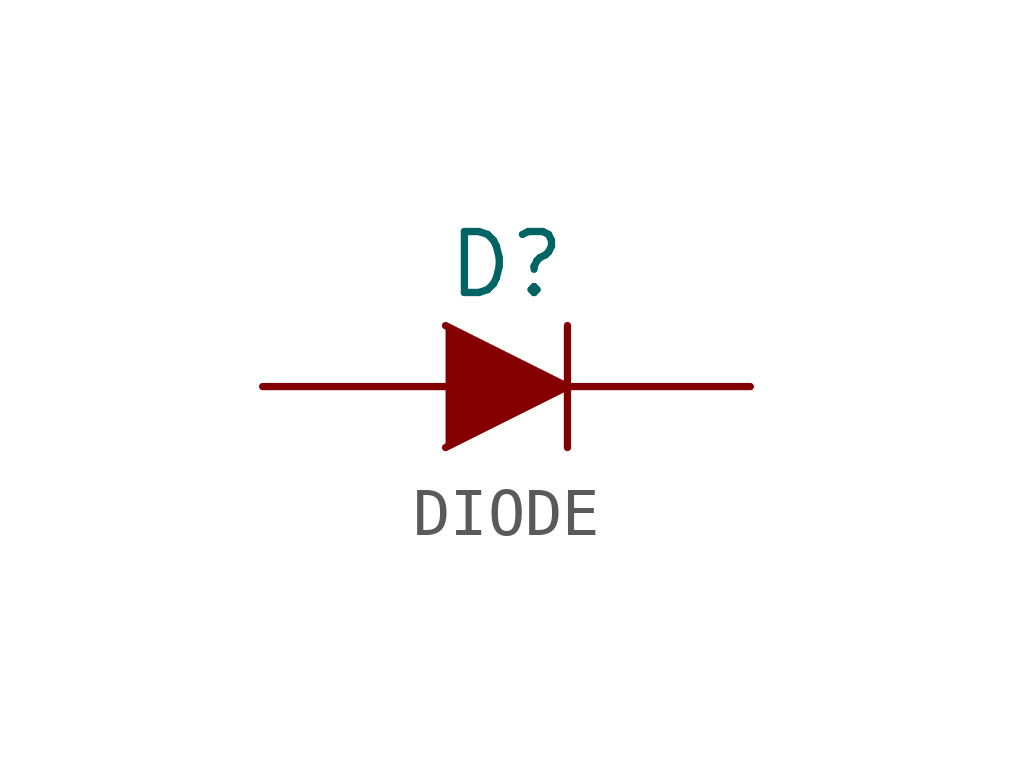
<source format=kicad_sym>
(kicad_symbol_lib
  (version 20211014)
  (generator kicad_symbol_editor)
  (symbol "DIODE"
    (pin_numbers hide)
    (pin_names
      (offset 1.016) hide)
    (property "Reference" "D"
      (at 0 2.54 0)
      (effects (font (size 1.27 1.27))))
    (property "Footprint" ""
      (at 0 0 0)
      (effects (font (size 1.524 1.524))))
    (property "Datasheet" ""
      (at 0 0 0)
      (effects (font (size 1.524 1.524))))
    (symbol "DIODE_0_1"
      (polyline (pts (xy 1.27 1.27) (xy 1.27 -1.27)) (stroke (width 0.152) (type default) (color 0 0 0 0)) (fill (type none)))
      (polyline (pts (xy -1.27 1.27) (xy 1.27 0) (xy -1.27 -1.27)) (stroke (width 0) (type default) (color 0 0 0 0)) (fill (type outline))))
    (symbol "DIODE_1_1"
      (pin passive line (at -5.08 0 0) (length 3.81) (name "A" (effects (font (size 1.016 1.016)))) (number "1" (effects (font (size 1.016 1.016)))))
      (pin passive line (at 5.08 0 180) (length 3.81) (name "K" (effects (font (size 1.016 1.016)))) (number "2" (effects (font (size 1.016 1.016))))))))
</source>
